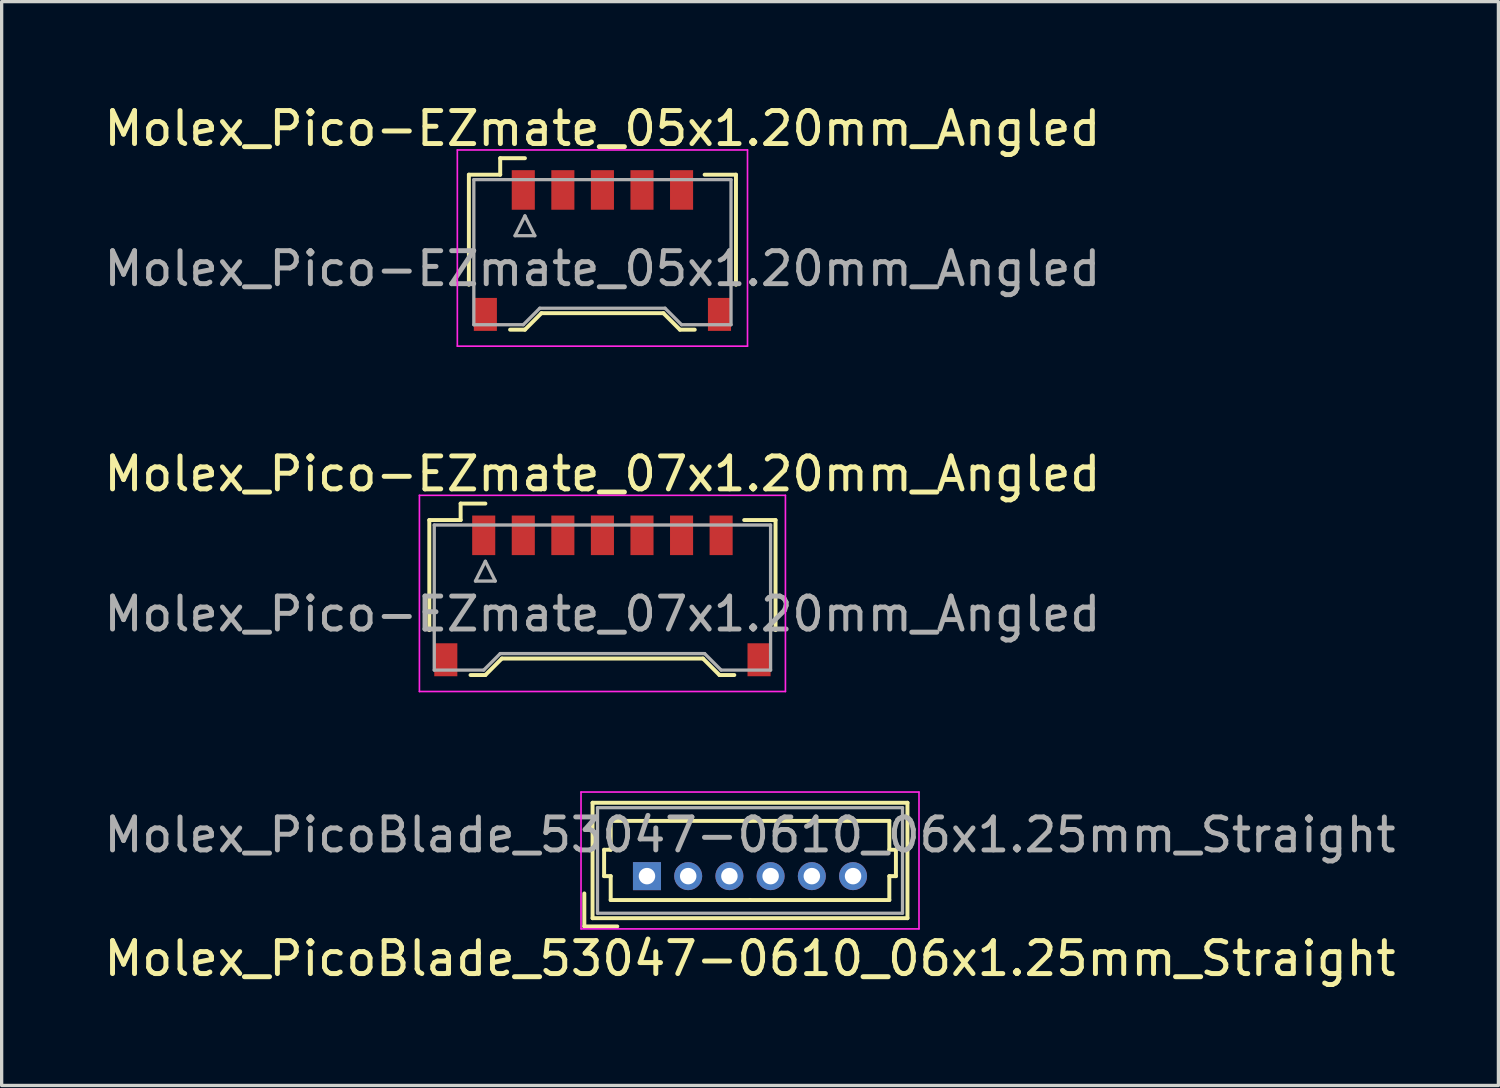
<source format=kicad_pcb>
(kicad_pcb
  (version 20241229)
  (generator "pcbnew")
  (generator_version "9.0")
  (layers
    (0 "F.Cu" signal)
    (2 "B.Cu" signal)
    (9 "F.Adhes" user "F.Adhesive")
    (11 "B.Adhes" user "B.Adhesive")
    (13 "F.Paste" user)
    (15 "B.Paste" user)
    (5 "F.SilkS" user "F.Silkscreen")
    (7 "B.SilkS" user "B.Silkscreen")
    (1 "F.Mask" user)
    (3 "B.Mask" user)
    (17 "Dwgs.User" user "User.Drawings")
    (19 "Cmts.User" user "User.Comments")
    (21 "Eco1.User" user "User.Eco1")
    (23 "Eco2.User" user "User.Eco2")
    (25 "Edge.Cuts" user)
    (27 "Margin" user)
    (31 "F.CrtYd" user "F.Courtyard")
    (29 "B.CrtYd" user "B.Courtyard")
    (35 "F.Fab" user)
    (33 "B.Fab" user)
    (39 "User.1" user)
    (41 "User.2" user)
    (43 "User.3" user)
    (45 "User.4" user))
  (footprint "Molex_PicoBlade_53047-0610_06x1.25mm_Straight"
    (layer "F.Cu")
    (at 16.571 23.521)
    (property "Reference" "Molex_PicoBlade_53047-0610_06x1.25mm_Straight" (at 3.125 2.5 0) (layer "F.SilkS") (effects (font (size 1 1) (thickness 0.15))))
    (attr through_hole)
    (fp_line (start -1.9 1.525) (end -1.9 0.525) (stroke (width 0.12) (type solid)) (layer "F.SilkS"))
    (fp_line (start -1.9 1.525) (end -0.9 1.525) (stroke (width 0.12) (type solid)) (layer "F.SilkS"))
    (fp_line (start -1.65 -2.225) (end -1.65 1.275) (stroke (width 0.12) (type solid)) (layer "F.SilkS"))
    (fp_line (start -1.65 1.275) (end 7.9 1.275) (stroke (width 0.12) (type solid)) (layer "F.SilkS"))
    (fp_line (start -1.3 -0.8) (end -1.1 -0.8) (stroke (width 0.12) (type solid)) (layer "F.SilkS"))
    (fp_line (start -1.3 0) (end -1.3 -0.8) (stroke (width 0.12) (type solid)) (layer "F.SilkS"))
    (fp_line (start -1.1 -1.675) (end 3.125 -1.675) (stroke (width 0.12) (type solid)) (layer "F.SilkS"))
    (fp_line (start -1.1 -0.8) (end -1.1 -1.675) (stroke (width 0.12) (type solid)) (layer "F.SilkS"))
    (fp_line (start -1.1 0) (end -1.3 0) (stroke (width 0.12) (type solid)) (layer "F.SilkS"))
    (fp_line (start -1.1 0.725) (end -1.1 0) (stroke (width 0.12) (type solid)) (layer "F.SilkS"))
    (fp_line (start 3.125 0.725) (end -1.1 0.725) (stroke (width 0.12) (type solid)) (layer "F.SilkS"))
    (fp_line (start 3.125 0.725) (end 7.35 0.725) (stroke (width 0.12) (type solid)) (layer "F.SilkS"))
    (fp_line (start 7.35 -1.675) (end 3.125 -1.675) (stroke (width 0.12) (type solid)) (layer "F.SilkS"))
    (fp_line (start 7.35 -0.8) (end 7.35 -1.675) (stroke (width 0.12) (type solid)) (layer "F.SilkS"))
    (fp_line (start 7.35 0) (end 7.55 0) (stroke (width 0.12) (type solid)) (layer "F.SilkS"))
    (fp_line (start 7.35 0.725) (end 7.35 0) (stroke (width 0.12) (type solid)) (layer "F.SilkS"))
    (fp_line (start 7.55 -0.8) (end 7.35 -0.8) (stroke (width 0.12) (type solid)) (layer "F.SilkS"))
    (fp_line (start 7.55 0) (end 7.55 -0.8) (stroke (width 0.12) (type solid)) (layer "F.SilkS"))
    (fp_line (start 7.9 -2.225) (end -1.65 -2.225) (stroke (width 0.12) (type solid)) (layer "F.SilkS"))
    (fp_line (start 7.9 1.275) (end 7.9 -2.225) (stroke (width 0.12) (type solid)) (layer "F.SilkS"))
    (fp_line (start -2 -2.55) (end -2 1.6) (stroke (width 0.05) (type solid)) (layer "F.CrtYd"))
    (fp_line (start -2 1.6) (end 8.25 1.6) (stroke (width 0.05) (type solid)) (layer "F.CrtYd"))
    (fp_line (start 8.25 -2.55) (end -2 -2.55) (stroke (width 0.05) (type solid)) (layer "F.CrtYd"))
    (fp_line (start 8.25 1.6) (end 8.25 -2.55) (stroke (width 0.05) (type solid)) (layer "F.CrtYd"))
    (fp_line (start -1.5 -2.075) (end -1.5 1.125) (stroke (width 0.1) (type solid)) (layer "F.Fab"))
    (fp_line (start -1.5 1.125) (end 7.75 1.125) (stroke (width 0.1) (type solid)) (layer "F.Fab"))
    (fp_line (start 7.75 -2.075) (end -1.5 -2.075) (stroke (width 0.1) (type solid)) (layer "F.Fab"))
    (fp_line (start 7.75 1.125) (end 7.75 -2.075) (stroke (width 0.1) (type solid)) (layer "F.Fab"))
    (fp_text user "${REFERENCE}" (at 3.125 -1.25 0) (layer "F.Fab") (effects (font (size 1 1) (thickness 0.15))))
    (pad "1" thru_hole rect (at 0 0) (size 0.85 0.85) (drill 0.5) (layers "*.Cu" "*.Mask"))
    (pad "2" thru_hole circle (at 1.25 0) (size 0.85 0.85) (drill 0.5) (layers "*.Cu" "*.Mask"))
    (pad "3" thru_hole circle (at 2.5 0) (size 0.85 0.85) (drill 0.5) (layers "*.Cu" "*.Mask"))
    (pad "4" thru_hole circle (at 3.75 0) (size 0.85 0.85) (drill 0.5) (layers "*.Cu" "*.Mask"))
    (pad "5" thru_hole circle (at 5 0) (size 0.85 0.85) (drill 0.5) (layers "*.Cu" "*.Mask"))
    (pad "6" thru_hole circle (at 6.25 0) (size 0.85 0.85) (drill 0.5) (layers "*.Cu" "*.Mask")))
  (footprint "Molex_Pico-EZmate_07x1.20mm_Angled"
    (layer "F.Cu")
    (at 15.22 15.072)
    (property "Reference" "Molex_Pico-EZmate_07x1.20mm_Angled" (at 0 -3.75 0) (layer "F.SilkS") (effects (font (size 1 1) (thickness 0.15))))
    (attr smd)
    (fp_line (start -5.25 -2.35) (end -5.25 0.988) (stroke (width 0.12) (type solid)) (layer "F.SilkS"))
    (fp_line (start -4.3 -2.85) (end -3.55 -2.85) (stroke (width 0.12) (type solid)) (layer "F.SilkS"))
    (fp_line (start -4.3 -2.35) (end -5.25 -2.35) (stroke (width 0.12) (type solid)) (layer "F.SilkS"))
    (fp_line (start -4.3 -2.35) (end -4.3 -2.85) (stroke (width 0.12) (type solid)) (layer "F.SilkS"))
    (fp_line (start -4 2.35) (end -3.55 2.35) (stroke (width 0.12) (type solid)) (layer "F.SilkS"))
    (fp_line (start -3.55 2.35) (end -3.05 1.85) (stroke (width 0.12) (type solid)) (layer "F.SilkS"))
    (fp_line (start -3.05 1.85) (end 3.05 1.85) (stroke (width 0.12) (type solid)) (layer "F.SilkS"))
    (fp_line (start 3.05 1.85) (end 3.55 2.35) (stroke (width 0.12) (type solid)) (layer "F.SilkS"))
    (fp_line (start 3.55 2.35) (end 4 2.35) (stroke (width 0.12) (type solid)) (layer "F.SilkS"))
    (fp_line (start 4.3 -2.35) (end 5.25 -2.35) (stroke (width 0.12) (type solid)) (layer "F.SilkS"))
    (fp_line (start 5.25 -2.35) (end 5.25 0.988) (stroke (width 0.12) (type solid)) (layer "F.SilkS"))
    (fp_line (start -5.55 -3.1) (end -5.55 2.85) (stroke (width 0.05) (type solid)) (layer "F.CrtYd"))
    (fp_line (start -5.55 2.85) (end 5.55 2.85) (stroke (width 0.05) (type solid)) (layer "F.CrtYd"))
    (fp_line (start 5.55 -3.1) (end -5.55 -3.1) (stroke (width 0.05) (type solid)) (layer "F.CrtYd"))
    (fp_line (start 5.55 2.85) (end 5.55 -3.1) (stroke (width 0.05) (type solid)) (layer "F.CrtYd"))
    (fp_line (start -5.1 -2.2) (end -5.1 2.2) (stroke (width 0.1) (type solid)) (layer "F.Fab"))
    (fp_line (start -5.1 2.2) (end -3.6 2.2) (stroke (width 0.1) (type solid)) (layer "F.Fab"))
    (fp_line (start -3.85 -0.5) (end -3.25 -0.5) (stroke (width 0.1) (type solid)) (layer "F.Fab"))
    (fp_line (start -3.6 2.2) (end -3.1 1.7) (stroke (width 0.1) (type solid)) (layer "F.Fab"))
    (fp_line (start -3.55 -1.1) (end -3.85 -0.5) (stroke (width 0.1) (type solid)) (layer "F.Fab"))
    (fp_line (start -3.25 -0.5) (end -3.55 -1.1) (stroke (width 0.1) (type solid)) (layer "F.Fab"))
    (fp_line (start -3.1 1.7) (end 3.1 1.7) (stroke (width 0.1) (type solid)) (layer "F.Fab"))
    (fp_line (start 3.1 1.7) (end 3.6 2.2) (stroke (width 0.1) (type solid)) (layer "F.Fab"))
    (fp_line (start 3.6 2.2) (end 5.1 2.2) (stroke (width 0.1) (type solid)) (layer "F.Fab"))
    (fp_line (start 5.1 -2.2) (end -5.1 -2.2) (stroke (width 0.1) (type solid)) (layer "F.Fab"))
    (fp_line (start 5.1 2.2) (end 5.1 -2.2) (stroke (width 0.1) (type solid)) (layer "F.Fab"))
    (fp_text user "${REFERENCE}" (at 0 0.5 0) (layer "F.Fab") (effects (font (size 1 1) (thickness 0.15))))
    (pad "" smd rect (at -4.75 1.887) (size 0.7 1) (layers "F.Cu" "F.Mask" "F.Paste"))
    (pad "" smd rect (at 4.75 1.887) (size 0.7 1) (layers "F.Cu" "F.Mask" "F.Paste"))
    (pad "1" smd rect (at -3.6 -1.887) (size 0.7 1.2) (layers "F.Cu" "F.Mask" "F.Paste"))
    (pad "2" smd rect (at -2.4 -1.887) (size 0.7 1.2) (layers "F.Cu" "F.Mask" "F.Paste"))
    (pad "3" smd rect (at -1.2 -1.887) (size 0.7 1.2) (layers "F.Cu" "F.Mask" "F.Paste"))
    (pad "4" smd rect (at 0 -1.887) (size 0.7 1.2) (layers "F.Cu" "F.Mask" "F.Paste"))
    (pad "5" smd rect (at 1.2 -1.887) (size 0.7 1.2) (layers "F.Cu" "F.Mask" "F.Paste"))
    (pad "6" smd rect (at 2.4 -1.887) (size 0.7 1.2) (layers "F.Cu" "F.Mask" "F.Paste"))
    (pad "7" smd rect (at 3.6 -1.887) (size 0.7 1.2) (layers "F.Cu" "F.Mask" "F.Paste")))
  (footprint "Molex_Pico-EZmate_05x1.20mm_Angled"
    (layer "F.Cu")
    (at 15.22 4.598)
    (property "Reference" "Molex_Pico-EZmate_05x1.20mm_Angled" (at 0 -3.75 0) (layer "F.SilkS") (effects (font (size 1 1) (thickness 0.15))))
    (attr smd)
    (fp_line (start -4.05 -2.35) (end -4.05 0.988) (stroke (width 0.12) (type solid)) (layer "F.SilkS"))
    (fp_line (start -3.1 -2.85) (end -2.35 -2.85) (stroke (width 0.12) (type solid)) (layer "F.SilkS"))
    (fp_line (start -3.1 -2.35) (end -4.05 -2.35) (stroke (width 0.12) (type solid)) (layer "F.SilkS"))
    (fp_line (start -3.1 -2.35) (end -3.1 -2.85) (stroke (width 0.12) (type solid)) (layer "F.SilkS"))
    (fp_line (start -2.8 2.35) (end -2.35 2.35) (stroke (width 0.12) (type solid)) (layer "F.SilkS"))
    (fp_line (start -2.35 2.35) (end -1.85 1.85) (stroke (width 0.12) (type solid)) (layer "F.SilkS"))
    (fp_line (start -1.85 1.85) (end 1.85 1.85) (stroke (width 0.12) (type solid)) (layer "F.SilkS"))
    (fp_line (start 1.85 1.85) (end 2.35 2.35) (stroke (width 0.12) (type solid)) (layer "F.SilkS"))
    (fp_line (start 2.35 2.35) (end 2.8 2.35) (stroke (width 0.12) (type solid)) (layer "F.SilkS"))
    (fp_line (start 3.1 -2.35) (end 4.05 -2.35) (stroke (width 0.12) (type solid)) (layer "F.SilkS"))
    (fp_line (start 4.05 -2.35) (end 4.05 0.988) (stroke (width 0.12) (type solid)) (layer "F.SilkS"))
    (fp_line (start -4.4 -3.1) (end -4.4 2.85) (stroke (width 0.05) (type solid)) (layer "F.CrtYd"))
    (fp_line (start -4.4 2.85) (end 4.4 2.85) (stroke (width 0.05) (type solid)) (layer "F.CrtYd"))
    (fp_line (start 4.4 -3.1) (end -4.4 -3.1) (stroke (width 0.05) (type solid)) (layer "F.CrtYd"))
    (fp_line (start 4.4 2.85) (end 4.4 -3.1) (stroke (width 0.05) (type solid)) (layer "F.CrtYd"))
    (fp_line (start -3.9 -2.2) (end -3.9 2.2) (stroke (width 0.1) (type solid)) (layer "F.Fab"))
    (fp_line (start -3.9 2.2) (end -2.4 2.2) (stroke (width 0.1) (type solid)) (layer "F.Fab"))
    (fp_line (start -2.65 -0.5) (end -2.05 -0.5) (stroke (width 0.1) (type solid)) (layer "F.Fab"))
    (fp_line (start -2.4 2.2) (end -1.9 1.7) (stroke (width 0.1) (type solid)) (layer "F.Fab"))
    (fp_line (start -2.35 -1.1) (end -2.65 -0.5) (stroke (width 0.1) (type solid)) (layer "F.Fab"))
    (fp_line (start -2.05 -0.5) (end -2.35 -1.1) (stroke (width 0.1) (type solid)) (layer "F.Fab"))
    (fp_line (start -1.9 1.7) (end 1.9 1.7) (stroke (width 0.1) (type solid)) (layer "F.Fab"))
    (fp_line (start 1.9 1.7) (end 2.4 2.2) (stroke (width 0.1) (type solid)) (layer "F.Fab"))
    (fp_line (start 2.4 2.2) (end 3.9 2.2) (stroke (width 0.1) (type solid)) (layer "F.Fab"))
    (fp_line (start 3.9 -2.2) (end -3.9 -2.2) (stroke (width 0.1) (type solid)) (layer "F.Fab"))
    (fp_line (start 3.9 2.2) (end 3.9 -2.2) (stroke (width 0.1) (type solid)) (layer "F.Fab"))
    (fp_text user "${REFERENCE}" (at 0 0.5 0) (layer "F.Fab") (effects (font (size 1 1) (thickness 0.15))))
    (pad "" smd rect (at -3.55 1.887) (size 0.7 1) (layers "F.Cu" "F.Mask" "F.Paste"))
    (pad "" smd rect (at 3.55 1.887) (size 0.7 1) (layers "F.Cu" "F.Mask" "F.Paste"))
    (pad "1" smd rect (at -2.4 -1.887) (size 0.7 1.2) (layers "F.Cu" "F.Mask" "F.Paste"))
    (pad "2" smd rect (at -1.2 -1.887) (size 0.7 1.2) (layers "F.Cu" "F.Mask" "F.Paste"))
    (pad "3" smd rect (at 0 -1.887) (size 0.7 1.2) (layers "F.Cu" "F.Mask" "F.Paste"))
    (pad "4" smd rect (at 1.2 -1.887) (size 0.7 1.2) (layers "F.Cu" "F.Mask" "F.Paste"))
    (pad "5" smd rect (at 2.4 -1.887) (size 0.7 1.2) (layers "F.Cu" "F.Mask" "F.Paste")))
  (gr_rect
    (start -3 -3)
    (end 42.393 29.87)
    (stroke (width 0.1) (type default))
    (fill no)
    (layer "Edge.Cuts")))
</source>
